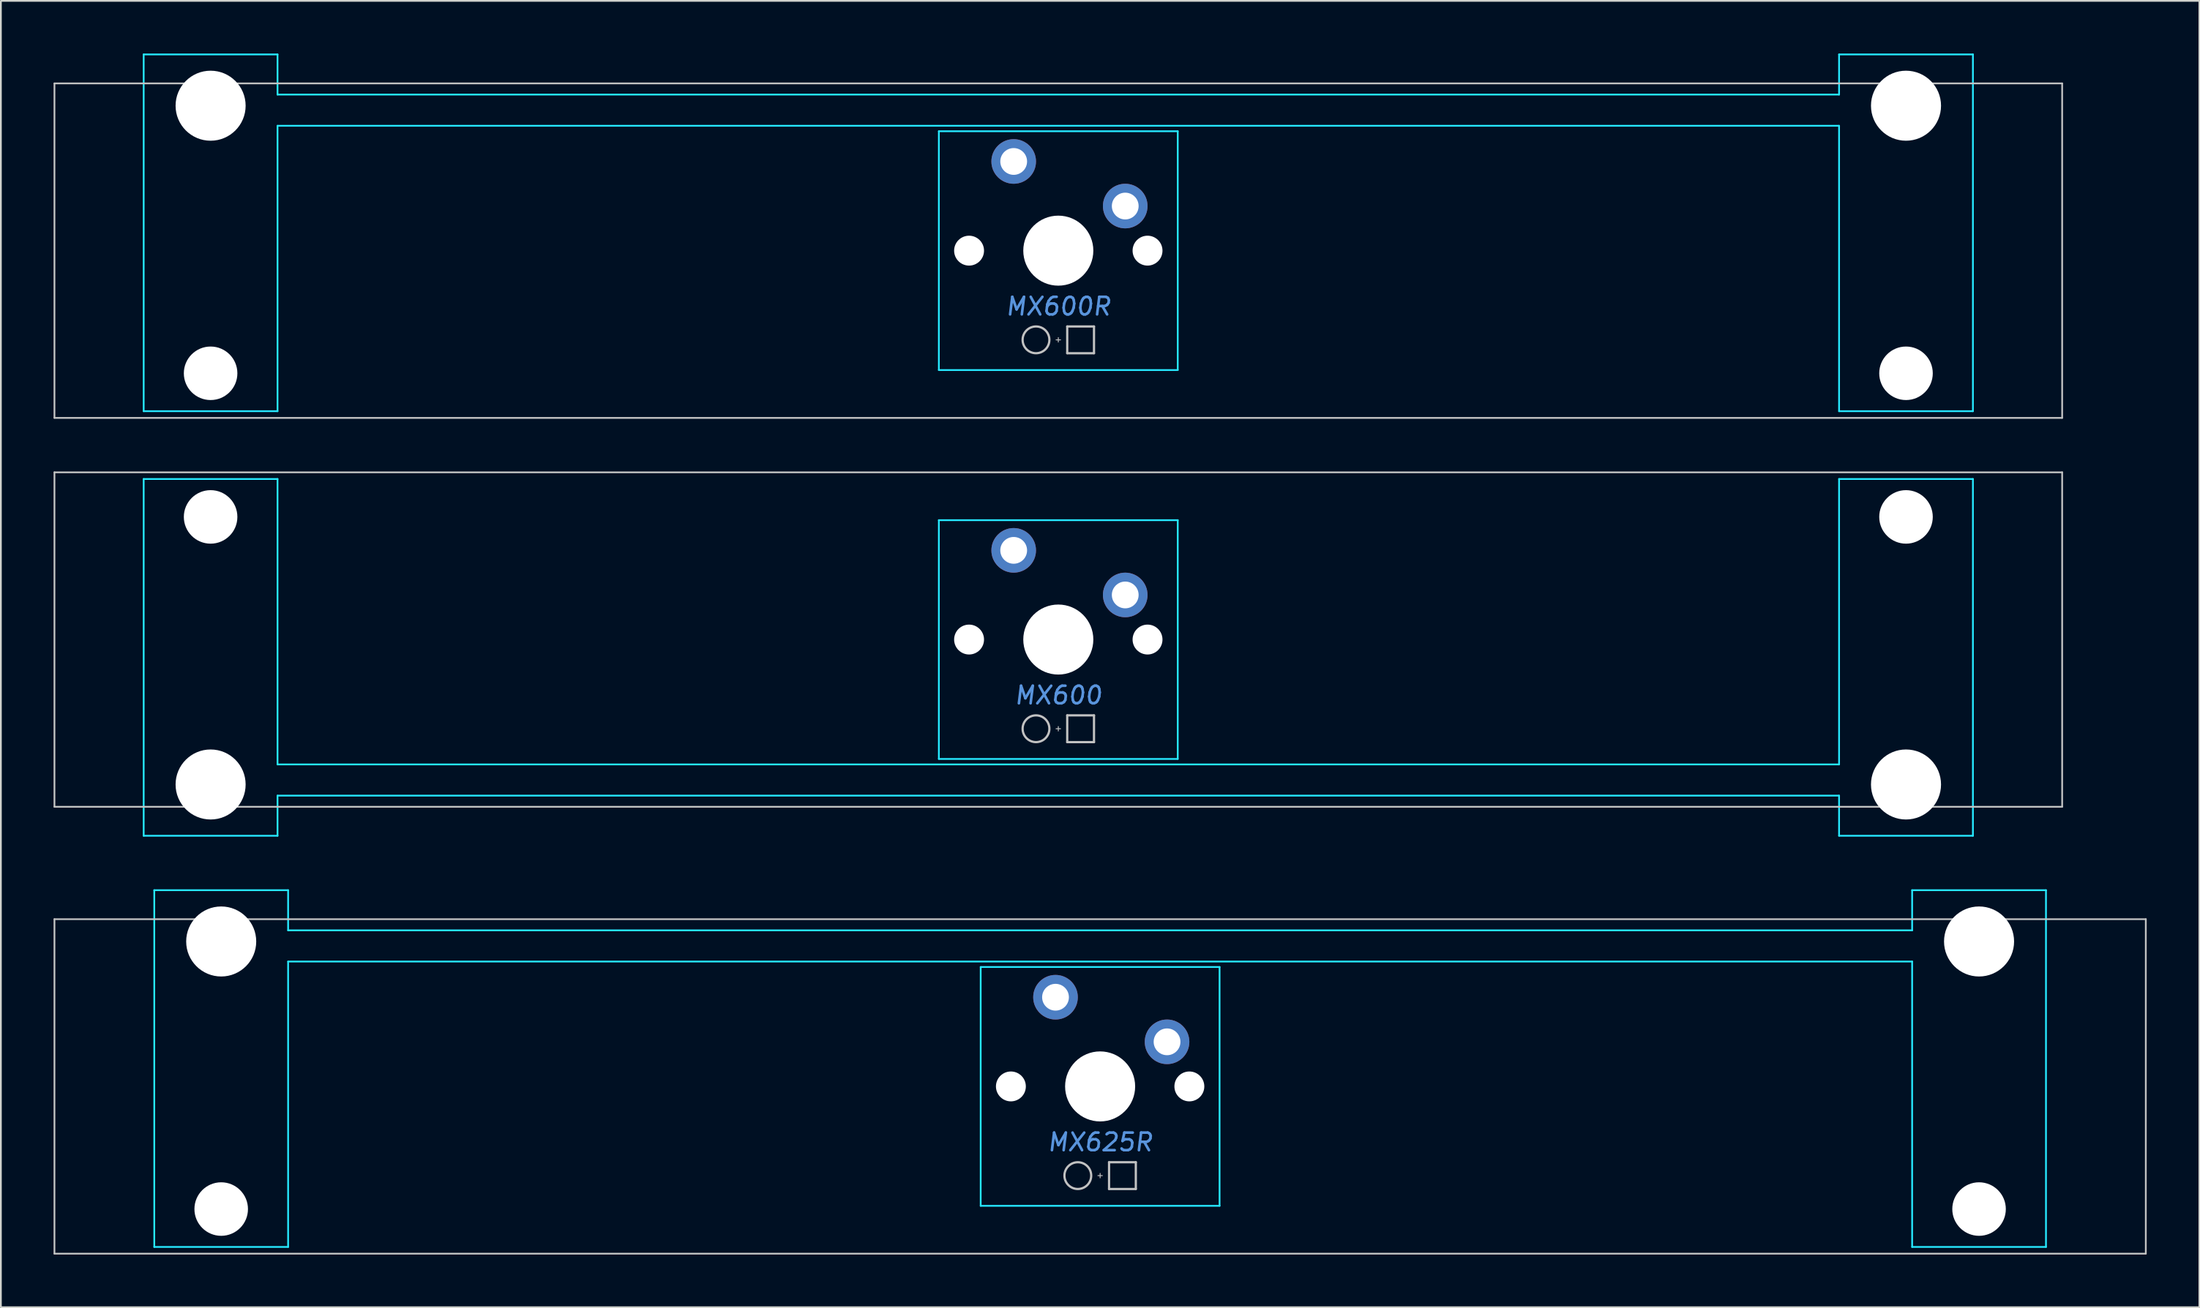
<source format=kicad_pcb>
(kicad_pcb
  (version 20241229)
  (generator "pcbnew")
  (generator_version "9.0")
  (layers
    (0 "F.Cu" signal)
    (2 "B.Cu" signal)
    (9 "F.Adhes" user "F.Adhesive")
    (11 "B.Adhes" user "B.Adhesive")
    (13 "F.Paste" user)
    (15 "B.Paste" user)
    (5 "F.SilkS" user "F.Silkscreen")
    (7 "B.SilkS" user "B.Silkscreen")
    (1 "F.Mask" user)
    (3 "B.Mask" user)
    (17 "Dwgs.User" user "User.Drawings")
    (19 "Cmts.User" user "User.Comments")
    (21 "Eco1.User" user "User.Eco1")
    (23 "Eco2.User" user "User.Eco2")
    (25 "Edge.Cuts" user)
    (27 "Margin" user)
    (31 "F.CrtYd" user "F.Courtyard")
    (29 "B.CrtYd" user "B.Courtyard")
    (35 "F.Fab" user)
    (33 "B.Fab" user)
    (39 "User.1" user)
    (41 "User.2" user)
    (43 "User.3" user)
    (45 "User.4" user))
  (footprint "MX600"
    (layer "F.Cu")
    (at 57.2 33.376)
    (property "Reference" "MX600" (at 0 3.175 0) (layer "Cmts.User") (effects (font (size 1 1) (thickness 0.15) (italic yes))))
    (attr through_hole)
    (fp_line (start -57.15 -9.525) (end -57.15 9.525) (stroke (width 0.1) (type solid)) (layer "Dwgs.User"))
    (fp_line (start -57.15 -9.525) (end 57.15 -9.525) (stroke (width 0.1) (type solid)) (layer "Dwgs.User"))
    (fp_line (start -57.15 9.525) (end 57.15 9.525) (stroke (width 0.1) (type solid)) (layer "Dwgs.User"))
    (fp_line (start -0.127 5.08) (end 0.127 5.08) (stroke (width 0.051) (type solid)) (layer "Dwgs.User"))
    (fp_line (start 0 5.207) (end 0 4.953) (stroke (width 0.051) (type solid)) (layer "Dwgs.User"))
    (fp_line (start 0.508 4.318) (end 0.508 5.842) (stroke (width 0.127) (type solid)) (layer "Dwgs.User"))
    (fp_line (start 0.508 4.318) (end 2.032 4.318) (stroke (width 0.127) (type solid)) (layer "Dwgs.User"))
    (fp_line (start 0.508 5.842) (end 2.032 5.842) (stroke (width 0.127) (type solid)) (layer "Dwgs.User"))
    (fp_line (start 2.032 5.842) (end 2.032 4.318) (stroke (width 0.127) (type solid)) (layer "Dwgs.User"))
    (fp_line (start 57.15 -9.525) (end 57.15 9.525) (stroke (width 0.1) (type solid)) (layer "Dwgs.User"))
    (fp_circle (center -1.27 5.08) (end -0.508 5.08) (stroke (width 0.127) (type solid)) (fill no) (layer "Dwgs.User"))
    (fp_line (start -52.07 -9.144) (end -52.07 11.176) (stroke (width 0.1) (type solid)) (layer "B.CrtYd"))
    (fp_line (start -52.07 -9.144) (end -44.45 -9.144) (stroke (width 0.1) (type solid)) (layer "B.CrtYd"))
    (fp_line (start -52.07 11.176) (end -44.45 11.176) (stroke (width 0.1) (type solid)) (layer "B.CrtYd"))
    (fp_line (start -44.45 7.112) (end -44.45 -9.144) (stroke (width 0.1) (type solid)) (layer "B.CrtYd"))
    (fp_line (start -44.45 7.112) (end 44.45 7.112) (stroke (width 0.1) (type solid)) (layer "B.CrtYd"))
    (fp_line (start -44.45 8.89) (end -44.45 11.176) (stroke (width 0.1) (type solid)) (layer "B.CrtYd"))
    (fp_line (start -44.45 8.89) (end 44.45 8.89) (stroke (width 0.1) (type solid)) (layer "B.CrtYd"))
    (fp_line (start -6.8 -6.8) (end -6.8 6.8) (stroke (width 0.1) (type solid)) (layer "B.CrtYd"))
    (fp_line (start -6.8 -6.8) (end 6.8 -6.8) (stroke (width 0.1) (type solid)) (layer "B.CrtYd"))
    (fp_line (start -6.8 6.8) (end 6.8 6.8) (stroke (width 0.1) (type solid)) (layer "B.CrtYd"))
    (fp_line (start 6.8 6.8) (end 6.8 -6.8) (stroke (width 0.1) (type solid)) (layer "B.CrtYd"))
    (fp_line (start 44.45 -9.144) (end 52.07 -9.144) (stroke (width 0.1) (type solid)) (layer "B.CrtYd"))
    (fp_line (start 44.45 7.112) (end 44.45 -9.144) (stroke (width 0.1) (type solid)) (layer "B.CrtYd"))
    (fp_line (start 44.45 8.89) (end 44.45 11.176) (stroke (width 0.1) (type solid)) (layer "B.CrtYd"))
    (fp_line (start 44.45 11.176) (end 52.07 11.176) (stroke (width 0.1) (type solid)) (layer "B.CrtYd"))
    (fp_line (start 52.07 -9.144) (end 52.07 11.176) (stroke (width 0.1) (type solid)) (layer "B.CrtYd"))
    (pad "" np_thru_hole circle (at -48.26 -6.985 180) (size 3.048 3.048) (drill 3.048) (layers "*.Cu" "*.Mask"))
    (pad "" np_thru_hole circle (at -48.26 8.255 180) (size 3.988 3.988) (drill 3.988) (layers "*.Cu" "*.Mask"))
    (pad "" np_thru_hole circle (at -5.08 0) (size 1.702 1.702) (drill 1.702) (layers "*.Cu" "*.Mask"))
    (pad "" connect circle (at -2.54 -5.08) (size 1.524 1.524) (layers "B.Mask"))
    (pad "" np_thru_hole circle (at 0 0) (size 3.988 3.988) (drill 3.988) (layers "*.Cu" "*.Mask"))
    (pad "" connect circle (at 3.81 -2.54) (size 1.524 1.524) (layers "B.Mask"))
    (pad "" np_thru_hole circle (at 5.08 0) (size 1.702 1.702) (drill 1.702) (layers "*.Cu" "*.Mask"))
    (pad "" np_thru_hole circle (at 48.26 -6.985 180) (size 3.048 3.048) (drill 3.048) (layers "*.Cu" "*.Mask"))
    (pad "" np_thru_hole circle (at 48.26 8.255 180) (size 3.988 3.988) (drill 3.988) (layers "*.Cu" "*.Mask"))
    (pad "1" thru_hole circle (at -2.54 -5.08) (size 2.54 2.54) (drill 1.524) (layers "*.Cu" "F.Mask"))
    (pad "2" thru_hole circle (at 3.81 -2.54) (size 2.54 2.54) (drill 1.524) (layers "*.Cu" "F.Mask")))
  (footprint "MX625R"
    (layer "F.Cu")
    (at 59.581 58.828)
    (property "Reference" "MX625R" (at 0 3.175 0) (layer "Cmts.User") (effects (font (size 1 1) (thickness 0.15) (italic yes))))
    (attr through_hole)
    (fp_line (start -59.531 -9.525) (end -59.531 9.525) (stroke (width 0.1) (type solid)) (layer "Dwgs.User"))
    (fp_line (start -59.531 -9.525) (end 59.531 -9.525) (stroke (width 0.1) (type solid)) (layer "Dwgs.User"))
    (fp_line (start -59.531 9.525) (end 59.531 9.525) (stroke (width 0.1) (type solid)) (layer "Dwgs.User"))
    (fp_line (start -0.127 5.08) (end 0.127 5.08) (stroke (width 0.051) (type solid)) (layer "Dwgs.User"))
    (fp_line (start 0 5.207) (end 0 4.953) (stroke (width 0.051) (type solid)) (layer "Dwgs.User"))
    (fp_line (start 0.508 4.318) (end 0.508 5.842) (stroke (width 0.127) (type solid)) (layer "Dwgs.User"))
    (fp_line (start 0.508 4.318) (end 2.032 4.318) (stroke (width 0.127) (type solid)) (layer "Dwgs.User"))
    (fp_line (start 0.508 5.842) (end 2.032 5.842) (stroke (width 0.127) (type solid)) (layer "Dwgs.User"))
    (fp_line (start 2.032 5.842) (end 2.032 4.318) (stroke (width 0.127) (type solid)) (layer "Dwgs.User"))
    (fp_line (start 59.531 -9.525) (end 59.531 9.525) (stroke (width 0.1) (type solid)) (layer "Dwgs.User"))
    (fp_circle (center -1.27 5.08) (end -0.508 5.08) (stroke (width 0.127) (type solid)) (fill no) (layer "Dwgs.User"))
    (fp_line (start -53.848 9.144) (end -53.848 -11.176) (stroke (width 0.1) (type solid)) (layer "B.CrtYd"))
    (fp_line (start -46.228 -11.176) (end -53.848 -11.176) (stroke (width 0.1) (type solid)) (layer "B.CrtYd"))
    (fp_line (start -46.228 -8.89) (end -46.228 -11.176) (stroke (width 0.1) (type solid)) (layer "B.CrtYd"))
    (fp_line (start -46.228 -7.112) (end -46.228 9.144) (stroke (width 0.1) (type solid)) (layer "B.CrtYd"))
    (fp_line (start -46.228 9.144) (end -53.848 9.144) (stroke (width 0.1) (type solid)) (layer "B.CrtYd"))
    (fp_line (start -6.8 -6.8) (end -6.8 6.8) (stroke (width 0.1) (type solid)) (layer "B.CrtYd"))
    (fp_line (start -6.8 -6.8) (end 6.8 -6.8) (stroke (width 0.1) (type solid)) (layer "B.CrtYd"))
    (fp_line (start -6.8 6.8) (end 6.8 6.8) (stroke (width 0.1) (type solid)) (layer "B.CrtYd"))
    (fp_line (start 6.8 6.8) (end 6.8 -6.8) (stroke (width 0.1) (type solid)) (layer "B.CrtYd"))
    (fp_line (start 46.228 -8.89) (end -46.228 -8.89) (stroke (width 0.1) (type solid)) (layer "B.CrtYd"))
    (fp_line (start 46.228 -8.89) (end 46.228 -11.176) (stroke (width 0.1) (type solid)) (layer "B.CrtYd"))
    (fp_line (start 46.228 -7.112) (end -46.228 -7.112) (stroke (width 0.1) (type solid)) (layer "B.CrtYd"))
    (fp_line (start 46.228 -7.112) (end 46.228 9.144) (stroke (width 0.1) (type solid)) (layer "B.CrtYd"))
    (fp_line (start 53.848 -11.176) (end 46.228 -11.176) (stroke (width 0.1) (type solid)) (layer "B.CrtYd"))
    (fp_line (start 53.848 9.144) (end 46.228 9.144) (stroke (width 0.1) (type solid)) (layer "B.CrtYd"))
    (fp_line (start 53.848 9.144) (end 53.848 -11.176) (stroke (width 0.1) (type solid)) (layer "B.CrtYd"))
    (pad "" np_thru_hole circle (at -50.038 -8.255) (size 3.988 3.988) (drill 3.988) (layers "*.Cu" "*.Mask"))
    (pad "" np_thru_hole circle (at -50.038 6.985) (size 3.048 3.048) (drill 3.048) (layers "*.Cu" "*.Mask"))
    (pad "" np_thru_hole circle (at -5.08 0) (size 1.702 1.702) (drill 1.702) (layers "*.Cu" "*.Mask"))
    (pad "" connect circle (at -2.54 -5.08) (size 1.524 1.524) (layers "B.Mask"))
    (pad "" np_thru_hole circle (at 0 0) (size 3.988 3.988) (drill 3.988) (layers "*.Cu" "*.Mask"))
    (pad "" connect circle (at 3.81 -2.54) (size 1.524 1.524) (layers "B.Mask"))
    (pad "" np_thru_hole circle (at 5.08 0) (size 1.702 1.702) (drill 1.702) (layers "*.Cu" "*.Mask"))
    (pad "" np_thru_hole circle (at 50.038 -8.255) (size 3.988 3.988) (drill 3.988) (layers "*.Cu" "*.Mask"))
    (pad "" np_thru_hole circle (at 50.038 6.985) (size 3.048 3.048) (drill 3.048) (layers "*.Cu" "*.Mask"))
    (pad "1" thru_hole circle (at -2.54 -5.08) (size 2.54 2.54) (drill 1.524) (layers "*.Cu" "F.Mask"))
    (pad "2" thru_hole circle (at 3.81 -2.54) (size 2.54 2.54) (drill 1.524) (layers "*.Cu" "F.Mask")))
  (footprint "MX600R"
    (layer "F.Cu")
    (at 57.2 11.226)
    (property "Reference" "MX600R" (at 0 3.175 0) (layer "Cmts.User") (effects (font (size 1 1) (thickness 0.15) (italic yes))))
    (attr through_hole)
    (fp_line (start -57.15 -9.525) (end -57.15 9.525) (stroke (width 0.1) (type solid)) (layer "Dwgs.User"))
    (fp_line (start -57.15 -9.525) (end 57.15 -9.525) (stroke (width 0.1) (type solid)) (layer "Dwgs.User"))
    (fp_line (start -57.15 9.525) (end 57.15 9.525) (stroke (width 0.1) (type solid)) (layer "Dwgs.User"))
    (fp_line (start -0.127 5.08) (end 0.127 5.08) (stroke (width 0.051) (type solid)) (layer "Dwgs.User"))
    (fp_line (start 0 5.207) (end 0 4.953) (stroke (width 0.051) (type solid)) (layer "Dwgs.User"))
    (fp_line (start 0.508 4.318) (end 0.508 5.842) (stroke (width 0.127) (type solid)) (layer "Dwgs.User"))
    (fp_line (start 0.508 4.318) (end 2.032 4.318) (stroke (width 0.127) (type solid)) (layer "Dwgs.User"))
    (fp_line (start 0.508 5.842) (end 2.032 5.842) (stroke (width 0.127) (type solid)) (layer "Dwgs.User"))
    (fp_line (start 2.032 5.842) (end 2.032 4.318) (stroke (width 0.127) (type solid)) (layer "Dwgs.User"))
    (fp_line (start 57.15 -9.525) (end 57.15 9.525) (stroke (width 0.1) (type solid)) (layer "Dwgs.User"))
    (fp_circle (center -1.27 5.08) (end -0.508 5.08) (stroke (width 0.127) (type solid)) (fill no) (layer "Dwgs.User"))
    (fp_line (start -52.07 9.144) (end -52.07 -11.176) (stroke (width 0.1) (type solid)) (layer "B.CrtYd"))
    (fp_line (start -44.45 -11.176) (end -52.07 -11.176) (stroke (width 0.1) (type solid)) (layer "B.CrtYd"))
    (fp_line (start -44.45 -8.89) (end -44.45 -11.176) (stroke (width 0.1) (type solid)) (layer "B.CrtYd"))
    (fp_line (start -44.45 -7.112) (end -44.45 9.144) (stroke (width 0.1) (type solid)) (layer "B.CrtYd"))
    (fp_line (start -44.45 9.144) (end -52.07 9.144) (stroke (width 0.1) (type solid)) (layer "B.CrtYd"))
    (fp_line (start -6.8 -6.8) (end -6.8 6.8) (stroke (width 0.1) (type solid)) (layer "B.CrtYd"))
    (fp_line (start -6.8 -6.8) (end 6.8 -6.8) (stroke (width 0.1) (type solid)) (layer "B.CrtYd"))
    (fp_line (start -6.8 6.8) (end 6.8 6.8) (stroke (width 0.1) (type solid)) (layer "B.CrtYd"))
    (fp_line (start 6.8 6.8) (end 6.8 -6.8) (stroke (width 0.1) (type solid)) (layer "B.CrtYd"))
    (fp_line (start 44.45 -8.89) (end -44.45 -8.89) (stroke (width 0.1) (type solid)) (layer "B.CrtYd"))
    (fp_line (start 44.45 -8.89) (end 44.45 -11.176) (stroke (width 0.1) (type solid)) (layer "B.CrtYd"))
    (fp_line (start 44.45 -7.112) (end -44.45 -7.112) (stroke (width 0.1) (type solid)) (layer "B.CrtYd"))
    (fp_line (start 44.45 -7.112) (end 44.45 9.144) (stroke (width 0.1) (type solid)) (layer "B.CrtYd"))
    (fp_line (start 52.07 -11.176) (end 44.45 -11.176) (stroke (width 0.1) (type solid)) (layer "B.CrtYd"))
    (fp_line (start 52.07 9.144) (end 44.45 9.144) (stroke (width 0.1) (type solid)) (layer "B.CrtYd"))
    (fp_line (start 52.07 9.144) (end 52.07 -11.176) (stroke (width 0.1) (type solid)) (layer "B.CrtYd"))
    (pad "" np_thru_hole circle (at -48.26 -8.255) (size 3.988 3.988) (drill 3.988) (layers "*.Cu" "*.Mask"))
    (pad "" np_thru_hole circle (at -48.26 6.985) (size 3.048 3.048) (drill 3.048) (layers "*.Cu" "*.Mask"))
    (pad "" np_thru_hole circle (at -5.08 0) (size 1.702 1.702) (drill 1.702) (layers "*.Cu" "*.Mask"))
    (pad "" connect circle (at -2.54 -5.08) (size 1.524 1.524) (layers "B.Mask"))
    (pad "" np_thru_hole circle (at 0 0) (size 3.988 3.988) (drill 3.988) (layers "*.Cu" "*.Mask"))
    (pad "" connect circle (at 3.81 -2.54) (size 1.524 1.524) (layers "B.Mask"))
    (pad "" np_thru_hole circle (at 5.08 0) (size 1.702 1.702) (drill 1.702) (layers "*.Cu" "*.Mask"))
    (pad "" np_thru_hole circle (at 48.26 -8.255) (size 3.988 3.988) (drill 3.988) (layers "*.Cu" "*.Mask"))
    (pad "" np_thru_hole circle (at 48.26 6.985) (size 3.048 3.048) (drill 3.048) (layers "*.Cu" "*.Mask"))
    (pad "1" thru_hole circle (at -2.54 -5.08) (size 2.54 2.54) (drill 1.524) (layers "*.Cu" "F.Mask"))
    (pad "2" thru_hole circle (at 3.81 -2.54) (size 2.54 2.54) (drill 1.524) (layers "*.Cu" "F.Mask")))
  (gr_rect
    (start -3 -3)
    (end 122.162 71.403)
    (stroke (width 0.1) (type default))
    (fill no)
    (layer "Edge.Cuts")))
</source>
